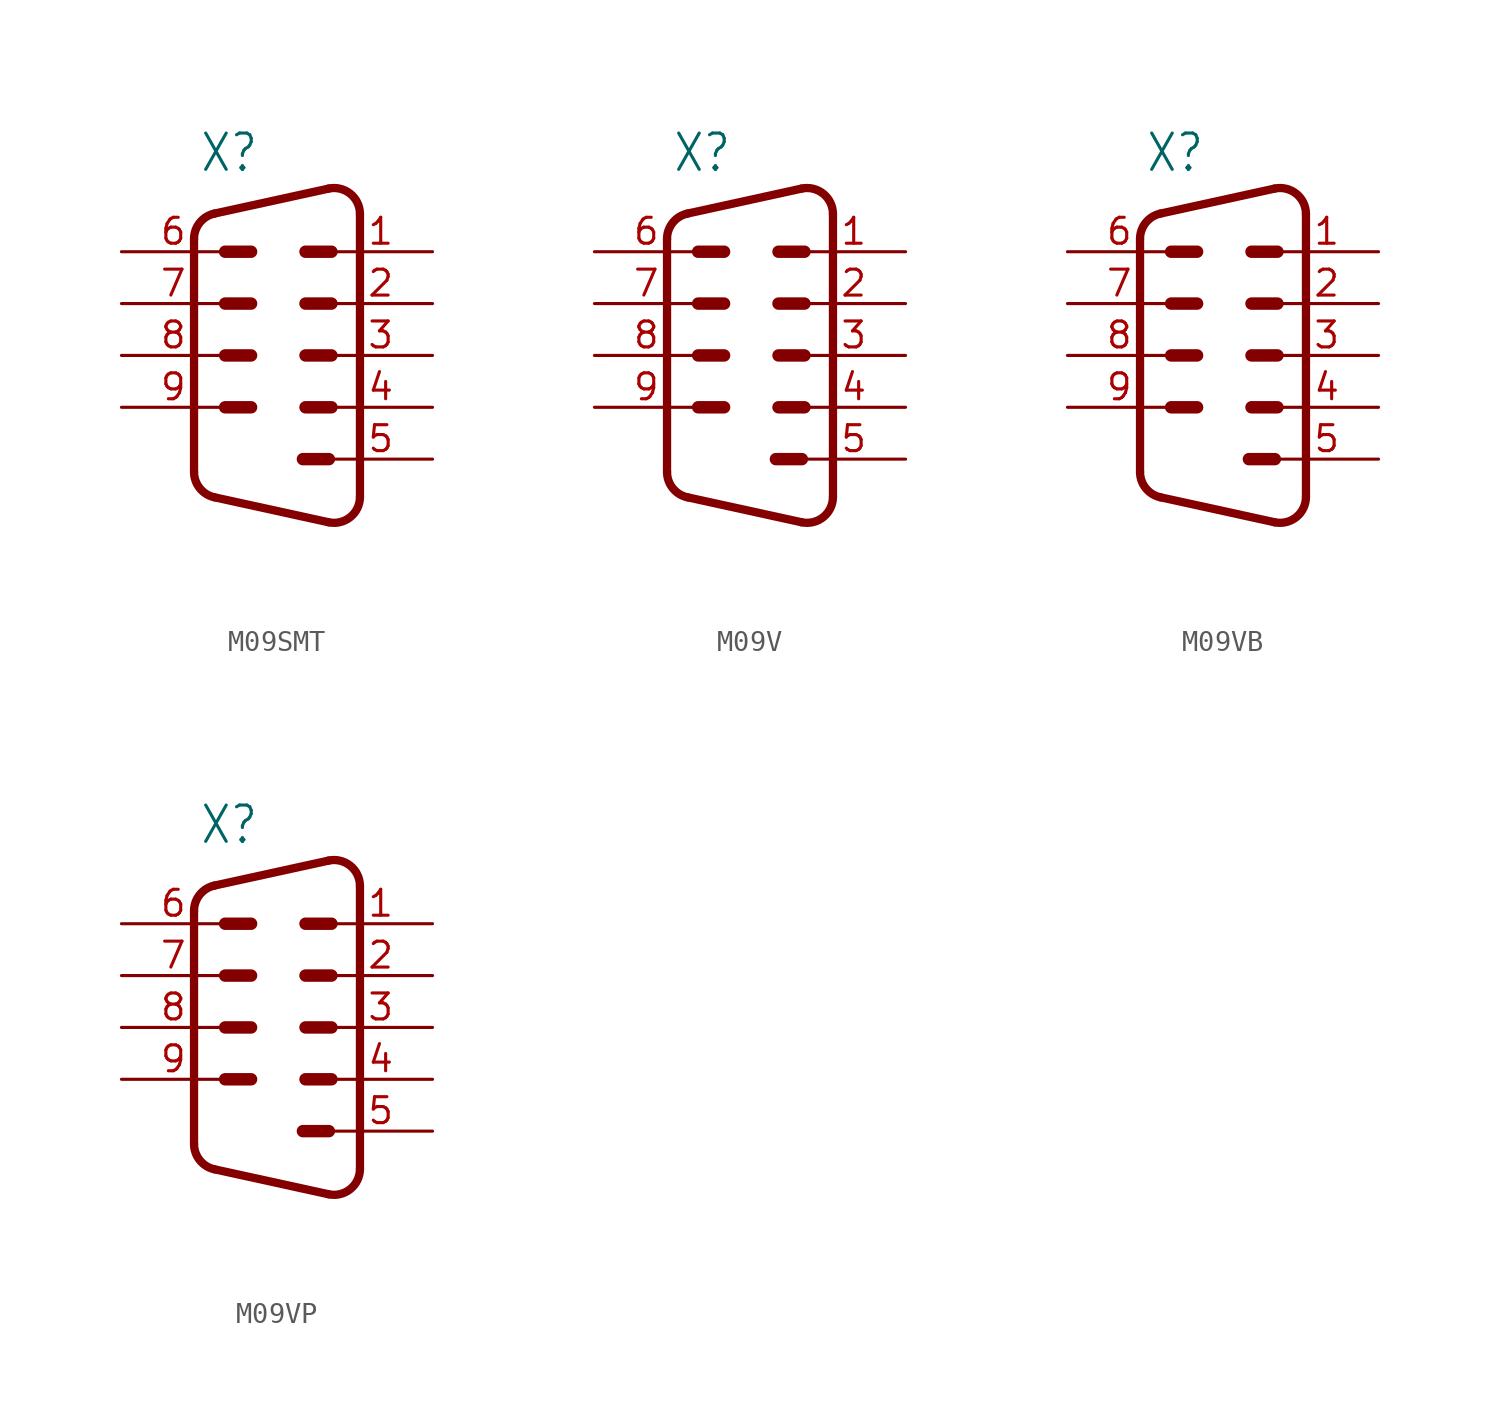
<source format=kicad_sym>
(kicad_symbol_lib
  (version 20220914)
  (generator kicad_symbol_editor)
  (symbol "M09SMT"
    (property "Reference" "X"
      (at -3.81 8.89 0)
      (effects (font (size 1.778 1.511)) (justify left bottom)))
    (property "Value" ""
      (at -3.81 -10.795 0)
      (effects (font (size 1.778 1.511)) (justify left bottom)))
    (property "ki_locked" ""
      (at 0 0 0)
      (effects (font (size 1.27 1.27))))
    (symbol "M09SMT_1_0"
      (arc (start -4.064 -5.7088) (mid -3.7833 -6.5051) (end -3.0653 -6.9495) (stroke (width 0.4064) (type solid)) (fill (type none)))
      (arc (start -3.0653 6.9495) (mid -3.7833 6.5051) (end -4.064 5.7088) (stroke (width 0.4064) (type solid)) (fill (type none)))
      (polyline (pts (xy -4.064 5.709) (xy -4.064 -5.709)) (stroke (width 0.406) (type solid)) (fill (type none)))
      (polyline (pts (xy -2.54 -2.54) (xy -1.27 -2.54)) (stroke (width 0.61) (type solid)) (fill (type none)))
      (polyline (pts (xy -2.54 0) (xy -1.27 0)) (stroke (width 0.61) (type solid)) (fill (type none)))
      (polyline (pts (xy -2.54 2.54) (xy -1.27 2.54)) (stroke (width 0.61) (type solid)) (fill (type none)))
      (polyline (pts (xy -2.54 5.08) (xy -1.27 5.08)) (stroke (width 0.61) (type solid)) (fill (type none)))
      (polyline (pts (xy 1.27 -5.08) (xy 2.54 -5.08)) (stroke (width 0.61) (type solid)) (fill (type none)))
      (polyline (pts (xy 1.397 -2.54) (xy 2.667 -2.54)) (stroke (width 0.61) (type solid)) (fill (type none)))
      (polyline (pts (xy 1.397 0) (xy 2.667 0)) (stroke (width 0.61) (type solid)) (fill (type none)))
      (polyline (pts (xy 1.397 2.54) (xy 2.667 2.54)) (stroke (width 0.61) (type solid)) (fill (type none)))
      (polyline (pts (xy 1.397 5.08) (xy 2.667 5.08)) (stroke (width 0.61) (type solid)) (fill (type none)))
      (polyline (pts (xy 2.523 -8.172) (xy -3.065 -6.949)) (stroke (width 0.406) (type solid)) (fill (type none)))
      (polyline (pts (xy 2.523 8.172) (xy -3.065 6.949)) (stroke (width 0.406) (type solid)) (fill (type none)))
      (polyline (pts (xy 4.064 6.931) (xy 4.064 -6.931)) (stroke (width 0.406) (type solid)) (fill (type none)))
      (arc (start 2.5226 -8.1718) (mid 3.5901 -7.9204) (end 4.0637 -6.9312) (stroke (width 0.4064) (type solid)) (fill (type none)))
      (arc (start 4.0639 6.9311) (mid 3.5903 7.9205) (end 2.5226 8.1719) (stroke (width 0.4064) (type solid)) (fill (type none)))
      (pin passive line (at 7.62 5.08 180) (length 5.08) (name "1" (effects (font (size 0 0)))) (number "1" (effects (font (size 1.27 1.27)))))
      (pin passive line (at 7.62 2.54 180) (length 5.08) (name "2" (effects (font (size 0 0)))) (number "2" (effects (font (size 1.27 1.27)))))
      (pin passive line (at 7.62 0 180) (length 5.08) (name "3" (effects (font (size 0 0)))) (number "3" (effects (font (size 1.27 1.27)))))
      (pin passive line (at 7.62 -2.54 180) (length 5.08) (name "4" (effects (font (size 0 0)))) (number "4" (effects (font (size 1.27 1.27)))))
      (pin passive line (at 7.62 -5.08 180) (length 5.08) (name "5" (effects (font (size 0 0)))) (number "5" (effects (font (size 1.27 1.27)))))
      (pin passive line (at -7.62 5.08 0) (length 5.08) (name "6" (effects (font (size 0 0)))) (number "6" (effects (font (size 1.27 1.27)))))
      (pin passive line (at -7.62 2.54 0) (length 5.08) (name "7" (effects (font (size 0 0)))) (number "7" (effects (font (size 1.27 1.27)))))
      (pin passive line (at -7.62 0 0) (length 5.08) (name "8" (effects (font (size 0 0)))) (number "8" (effects (font (size 1.27 1.27)))))
      (pin passive line (at -7.62 -2.54 0) (length 5.08) (name "9" (effects (font (size 0 0)))) (number "9" (effects (font (size 1.27 1.27)))))))
  (symbol "M09V"
    (property "Reference" "X"
      (at -3.81 8.89 0)
      (effects (font (size 1.778 1.511)) (justify left bottom)))
    (property "Value" ""
      (at -3.81 -10.795 0)
      (effects (font (size 1.778 1.511)) (justify left bottom)))
    (property "ki_locked" ""
      (at 0 0 0)
      (effects (font (size 1.27 1.27))))
    (symbol "M09V_1_0"
      (arc (start -4.064 -5.7088) (mid -3.7833 -6.5051) (end -3.0653 -6.9495) (stroke (width 0.4064) (type solid)) (fill (type none)))
      (arc (start -3.0653 6.9495) (mid -3.7833 6.5051) (end -4.064 5.7088) (stroke (width 0.4064) (type solid)) (fill (type none)))
      (polyline (pts (xy -4.064 5.709) (xy -4.064 -5.709)) (stroke (width 0.406) (type solid)) (fill (type none)))
      (polyline (pts (xy -2.54 -2.54) (xy -1.27 -2.54)) (stroke (width 0.61) (type solid)) (fill (type none)))
      (polyline (pts (xy -2.54 0) (xy -1.27 0)) (stroke (width 0.61) (type solid)) (fill (type none)))
      (polyline (pts (xy -2.54 2.54) (xy -1.27 2.54)) (stroke (width 0.61) (type solid)) (fill (type none)))
      (polyline (pts (xy -2.54 5.08) (xy -1.27 5.08)) (stroke (width 0.61) (type solid)) (fill (type none)))
      (polyline (pts (xy 1.27 -5.08) (xy 2.54 -5.08)) (stroke (width 0.61) (type solid)) (fill (type none)))
      (polyline (pts (xy 1.397 -2.54) (xy 2.667 -2.54)) (stroke (width 0.61) (type solid)) (fill (type none)))
      (polyline (pts (xy 1.397 0) (xy 2.667 0)) (stroke (width 0.61) (type solid)) (fill (type none)))
      (polyline (pts (xy 1.397 2.54) (xy 2.667 2.54)) (stroke (width 0.61) (type solid)) (fill (type none)))
      (polyline (pts (xy 1.397 5.08) (xy 2.667 5.08)) (stroke (width 0.61) (type solid)) (fill (type none)))
      (polyline (pts (xy 2.523 -8.172) (xy -3.065 -6.949)) (stroke (width 0.406) (type solid)) (fill (type none)))
      (polyline (pts (xy 2.523 8.172) (xy -3.065 6.949)) (stroke (width 0.406) (type solid)) (fill (type none)))
      (polyline (pts (xy 4.064 6.931) (xy 4.064 -6.931)) (stroke (width 0.406) (type solid)) (fill (type none)))
      (arc (start 2.5226 -8.1718) (mid 3.5901 -7.9204) (end 4.0637 -6.9312) (stroke (width 0.4064) (type solid)) (fill (type none)))
      (arc (start 4.0639 6.9311) (mid 3.5903 7.9205) (end 2.5226 8.1719) (stroke (width 0.4064) (type solid)) (fill (type none)))
      (pin passive line (at 7.62 5.08 180) (length 5.08) (name "1" (effects (font (size 0 0)))) (number "1" (effects (font (size 1.27 1.27)))))
      (pin passive line (at 7.62 2.54 180) (length 5.08) (name "2" (effects (font (size 0 0)))) (number "2" (effects (font (size 1.27 1.27)))))
      (pin passive line (at 7.62 0 180) (length 5.08) (name "3" (effects (font (size 0 0)))) (number "3" (effects (font (size 1.27 1.27)))))
      (pin passive line (at 7.62 -2.54 180) (length 5.08) (name "4" (effects (font (size 0 0)))) (number "4" (effects (font (size 1.27 1.27)))))
      (pin passive line (at 7.62 -5.08 180) (length 5.08) (name "5" (effects (font (size 0 0)))) (number "5" (effects (font (size 1.27 1.27)))))
      (pin passive line (at -7.62 5.08 0) (length 5.08) (name "6" (effects (font (size 0 0)))) (number "6" (effects (font (size 1.27 1.27)))))
      (pin passive line (at -7.62 2.54 0) (length 5.08) (name "7" (effects (font (size 0 0)))) (number "7" (effects (font (size 1.27 1.27)))))
      (pin passive line (at -7.62 0 0) (length 5.08) (name "8" (effects (font (size 0 0)))) (number "8" (effects (font (size 1.27 1.27)))))
      (pin passive line (at -7.62 -2.54 0) (length 5.08) (name "9" (effects (font (size 0 0)))) (number "9" (effects (font (size 1.27 1.27)))))))
  (symbol "M09VB"
    (property "Reference" "X"
      (at -3.81 8.89 0)
      (effects (font (size 1.778 1.511)) (justify left bottom)))
    (property "Value" ""
      (at -3.81 -10.795 0)
      (effects (font (size 1.778 1.511)) (justify left bottom)))
    (property "ki_locked" ""
      (at 0 0 0)
      (effects (font (size 1.27 1.27))))
    (symbol "M09VB_1_0"
      (arc (start -4.064 -5.7088) (mid -3.7833 -6.5051) (end -3.0653 -6.9495) (stroke (width 0.4064) (type solid)) (fill (type none)))
      (arc (start -3.0653 6.9495) (mid -3.7833 6.5051) (end -4.064 5.7088) (stroke (width 0.4064) (type solid)) (fill (type none)))
      (polyline (pts (xy -4.064 5.709) (xy -4.064 -5.709)) (stroke (width 0.406) (type solid)) (fill (type none)))
      (polyline (pts (xy -2.54 -2.54) (xy -1.27 -2.54)) (stroke (width 0.61) (type solid)) (fill (type none)))
      (polyline (pts (xy -2.54 0) (xy -1.27 0)) (stroke (width 0.61) (type solid)) (fill (type none)))
      (polyline (pts (xy -2.54 2.54) (xy -1.27 2.54)) (stroke (width 0.61) (type solid)) (fill (type none)))
      (polyline (pts (xy -2.54 5.08) (xy -1.27 5.08)) (stroke (width 0.61) (type solid)) (fill (type none)))
      (polyline (pts (xy 1.27 -5.08) (xy 2.54 -5.08)) (stroke (width 0.61) (type solid)) (fill (type none)))
      (polyline (pts (xy 1.397 -2.54) (xy 2.667 -2.54)) (stroke (width 0.61) (type solid)) (fill (type none)))
      (polyline (pts (xy 1.397 0) (xy 2.667 0)) (stroke (width 0.61) (type solid)) (fill (type none)))
      (polyline (pts (xy 1.397 2.54) (xy 2.667 2.54)) (stroke (width 0.61) (type solid)) (fill (type none)))
      (polyline (pts (xy 1.397 5.08) (xy 2.667 5.08)) (stroke (width 0.61) (type solid)) (fill (type none)))
      (polyline (pts (xy 2.523 -8.172) (xy -3.065 -6.949)) (stroke (width 0.406) (type solid)) (fill (type none)))
      (polyline (pts (xy 2.523 8.172) (xy -3.065 6.949)) (stroke (width 0.406) (type solid)) (fill (type none)))
      (polyline (pts (xy 4.064 6.931) (xy 4.064 -6.931)) (stroke (width 0.406) (type solid)) (fill (type none)))
      (arc (start 2.5226 -8.1718) (mid 3.5901 -7.9204) (end 4.0637 -6.9312) (stroke (width 0.4064) (type solid)) (fill (type none)))
      (arc (start 4.0639 6.9311) (mid 3.5903 7.9205) (end 2.5226 8.1719) (stroke (width 0.4064) (type solid)) (fill (type none)))
      (pin passive line (at 7.62 5.08 180) (length 5.08) (name "1" (effects (font (size 0 0)))) (number "1" (effects (font (size 1.27 1.27)))))
      (pin passive line (at 7.62 2.54 180) (length 5.08) (name "2" (effects (font (size 0 0)))) (number "2" (effects (font (size 1.27 1.27)))))
      (pin passive line (at 7.62 0 180) (length 5.08) (name "3" (effects (font (size 0 0)))) (number "3" (effects (font (size 1.27 1.27)))))
      (pin passive line (at 7.62 -2.54 180) (length 5.08) (name "4" (effects (font (size 0 0)))) (number "4" (effects (font (size 1.27 1.27)))))
      (pin passive line (at 7.62 -5.08 180) (length 5.08) (name "5" (effects (font (size 0 0)))) (number "5" (effects (font (size 1.27 1.27)))))
      (pin passive line (at -7.62 5.08 0) (length 5.08) (name "6" (effects (font (size 0 0)))) (number "6" (effects (font (size 1.27 1.27)))))
      (pin passive line (at -7.62 2.54 0) (length 5.08) (name "7" (effects (font (size 0 0)))) (number "7" (effects (font (size 1.27 1.27)))))
      (pin passive line (at -7.62 0 0) (length 5.08) (name "8" (effects (font (size 0 0)))) (number "8" (effects (font (size 1.27 1.27)))))
      (pin passive line (at -7.62 -2.54 0) (length 5.08) (name "9" (effects (font (size 0 0)))) (number "9" (effects (font (size 1.27 1.27)))))))
  (symbol "M09VP"
    (property "Reference" "X"
      (at -3.81 8.89 0)
      (effects (font (size 1.778 1.511)) (justify left bottom)))
    (property "Value" ""
      (at -3.81 -10.795 0)
      (effects (font (size 1.778 1.511)) (justify left bottom)))
    (property "ki_locked" ""
      (at 0 0 0)
      (effects (font (size 1.27 1.27))))
    (symbol "M09VP_1_0"
      (arc (start -4.064 -5.7088) (mid -3.7833 -6.5051) (end -3.0653 -6.9495) (stroke (width 0.4064) (type solid)) (fill (type none)))
      (arc (start -3.0653 6.9495) (mid -3.7833 6.5051) (end -4.064 5.7088) (stroke (width 0.4064) (type solid)) (fill (type none)))
      (polyline (pts (xy -4.064 5.709) (xy -4.064 -5.709)) (stroke (width 0.406) (type solid)) (fill (type none)))
      (polyline (pts (xy -2.54 -2.54) (xy -1.27 -2.54)) (stroke (width 0.61) (type solid)) (fill (type none)))
      (polyline (pts (xy -2.54 0) (xy -1.27 0)) (stroke (width 0.61) (type solid)) (fill (type none)))
      (polyline (pts (xy -2.54 2.54) (xy -1.27 2.54)) (stroke (width 0.61) (type solid)) (fill (type none)))
      (polyline (pts (xy -2.54 5.08) (xy -1.27 5.08)) (stroke (width 0.61) (type solid)) (fill (type none)))
      (polyline (pts (xy 1.27 -5.08) (xy 2.54 -5.08)) (stroke (width 0.61) (type solid)) (fill (type none)))
      (polyline (pts (xy 1.397 -2.54) (xy 2.667 -2.54)) (stroke (width 0.61) (type solid)) (fill (type none)))
      (polyline (pts (xy 1.397 0) (xy 2.667 0)) (stroke (width 0.61) (type solid)) (fill (type none)))
      (polyline (pts (xy 1.397 2.54) (xy 2.667 2.54)) (stroke (width 0.61) (type solid)) (fill (type none)))
      (polyline (pts (xy 1.397 5.08) (xy 2.667 5.08)) (stroke (width 0.61) (type solid)) (fill (type none)))
      (polyline (pts (xy 2.523 -8.172) (xy -3.065 -6.949)) (stroke (width 0.406) (type solid)) (fill (type none)))
      (polyline (pts (xy 2.523 8.172) (xy -3.065 6.949)) (stroke (width 0.406) (type solid)) (fill (type none)))
      (polyline (pts (xy 4.064 6.931) (xy 4.064 -6.931)) (stroke (width 0.406) (type solid)) (fill (type none)))
      (arc (start 2.5226 -8.1718) (mid 3.5901 -7.9204) (end 4.0637 -6.9312) (stroke (width 0.4064) (type solid)) (fill (type none)))
      (arc (start 4.0639 6.9311) (mid 3.5903 7.9205) (end 2.5226 8.1719) (stroke (width 0.4064) (type solid)) (fill (type none)))
      (pin passive line (at 7.62 5.08 180) (length 5.08) (name "1" (effects (font (size 0 0)))) (number "1" (effects (font (size 1.27 1.27)))))
      (pin passive line (at 7.62 2.54 180) (length 5.08) (name "2" (effects (font (size 0 0)))) (number "2" (effects (font (size 1.27 1.27)))))
      (pin passive line (at 7.62 0 180) (length 5.08) (name "3" (effects (font (size 0 0)))) (number "3" (effects (font (size 1.27 1.27)))))
      (pin passive line (at 7.62 -2.54 180) (length 5.08) (name "4" (effects (font (size 0 0)))) (number "4" (effects (font (size 1.27 1.27)))))
      (pin passive line (at 7.62 -5.08 180) (length 5.08) (name "5" (effects (font (size 0 0)))) (number "5" (effects (font (size 1.27 1.27)))))
      (pin passive line (at -7.62 5.08 0) (length 5.08) (name "6" (effects (font (size 0 0)))) (number "6" (effects (font (size 1.27 1.27)))))
      (pin passive line (at -7.62 2.54 0) (length 5.08) (name "7" (effects (font (size 0 0)))) (number "7" (effects (font (size 1.27 1.27)))))
      (pin passive line (at -7.62 0 0) (length 5.08) (name "8" (effects (font (size 0 0)))) (number "8" (effects (font (size 1.27 1.27)))))
      (pin passive line (at -7.62 -2.54 0) (length 5.08) (name "9" (effects (font (size 0 0)))) (number "9" (effects (font (size 1.27 1.27))))))))
</source>
